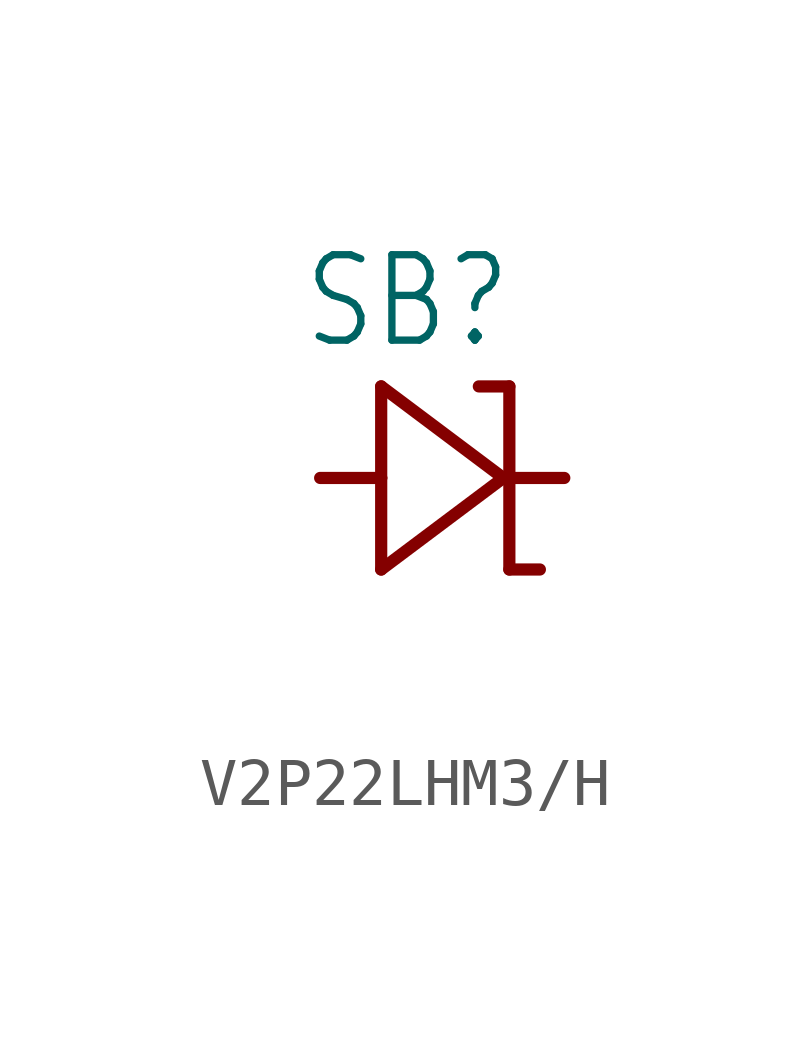
<source format=kicad_sym>
(kicad_symbol_lib
  (version 20220914)
  (generator kicad_symbol_editor)
  (symbol "V2P22LHM3/H"
    (property "Reference" "SB"
      (at -2.946 2.642 0)
      (effects (font (size 1.778 1.511)) (justify left bottom)))
    (property "Value" ""
      (at -4.47 -4.496 0)
      (effects (font (size 1.778 1.511)) (justify left bottom)))
    (property "ki_locked" ""
      (at 0 0 0)
      (effects (font (size 1.27 1.27))))
    (symbol "V2P22LHM3/H_1_0"
      (polyline (pts (xy -1.27 -1.905) (xy 1.27 0)) (stroke (width 0.254) (type solid)) (fill (type none)))
      (polyline (pts (xy -1.27 0) (xy -2.54 0)) (stroke (width 0.254) (type solid)) (fill (type none)))
      (polyline (pts (xy -1.27 0) (xy -1.27 -1.905)) (stroke (width 0.254) (type solid)) (fill (type none)))
      (polyline (pts (xy -1.27 1.905) (xy -1.27 0)) (stroke (width 0.254) (type solid)) (fill (type none)))
      (polyline (pts (xy 1.27 0) (xy -1.27 1.905)) (stroke (width 0.254) (type solid)) (fill (type none)))
      (polyline (pts (xy 1.27 0) (xy 2.54 0)) (stroke (width 0.254) (type solid)) (fill (type none)))
      (polyline (pts (xy 1.397 -1.905) (xy 2.032 -1.905)) (stroke (width 0.254) (type solid)) (fill (type none)))
      (polyline (pts (xy 1.397 1.905) (xy 0.762 1.905)) (stroke (width 0.254) (type solid)) (fill (type none)))
      (polyline (pts (xy 1.397 1.905) (xy 1.397 -1.905)) (stroke (width 0.254) (type solid)) (fill (type none)))
      (pin passive line (at -2.54 0 0) (length 0) (name "A" (effects (font (size 0 0)))) (number "A" (effects (font (size 0 0)))))
      (pin passive line (at 2.54 0 180) (length 0) (name "C" (effects (font (size 0 0)))) (number "C" (effects (font (size 0 0))))))))
</source>
